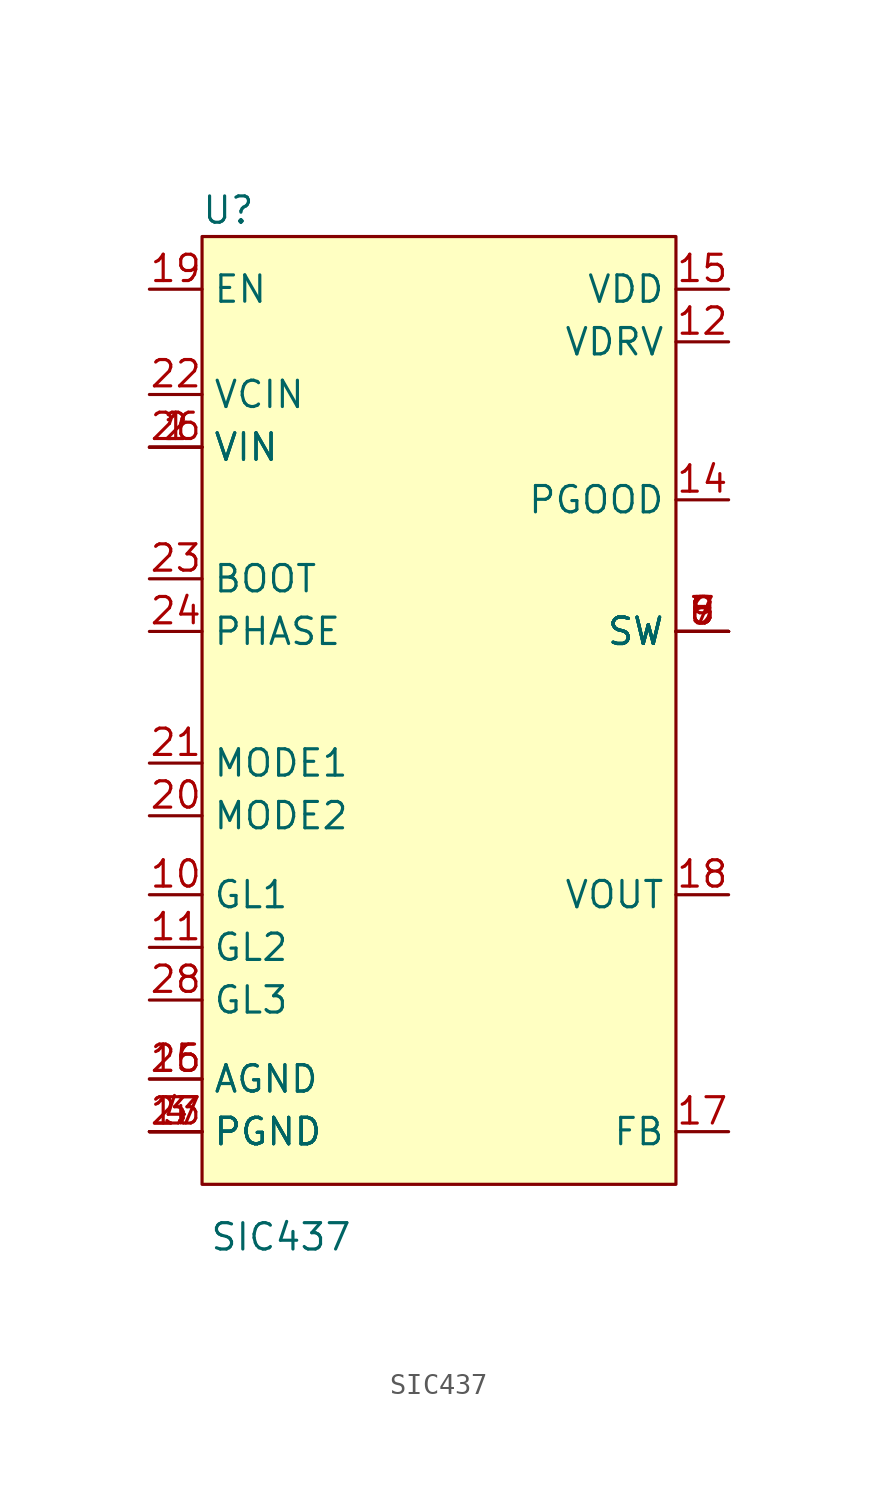
<source format=kicad_sym>
(kicad_symbol_lib
  (version 20211014)
  (generator kicad_symbol_editor)
  (symbol "SIC437"
    (property "Reference" "U"
      (at 1.27 1.27 0)
      (effects (font (size 1.27 1.27))))
    (property "Value" "SIC437"
      (at 3.81 -48.26 0)
      (effects (font (size 1.27 1.27))))
    (symbol "SIC437_0_1"
      (rectangle (start 0 0) (end 22.86 -45.72) (stroke (width 0) (type default) (color 0 0 0 0)) (fill (type background))))
    (symbol "SIC437_1_1"
      (pin input line (at -2.54 -10.16 0) (length 2.54) (name "VIN" (effects (font (size 1.27 1.27)))) (number "1" (effects (font (size 1.27 1.27)))))
      (pin input line (at -2.54 -31.75 0) (length 2.54) (name "GL1" (effects (font (size 1.27 1.27)))) (number "10" (effects (font (size 1.27 1.27)))))
      (pin input line (at -2.54 -34.29 0) (length 2.54) (name "GL2" (effects (font (size 1.27 1.27)))) (number "11" (effects (font (size 1.27 1.27)))))
      (pin input line (at 25.4 -5.08 180) (length 2.54) (name "VDRV" (effects (font (size 1.27 1.27)))) (number "12" (effects (font (size 1.27 1.27)))))
      (pin input line (at -2.54 -43.18 0) (length 2.54) (name "PGND" (effects (font (size 1.27 1.27)))) (number "13" (effects (font (size 1.27 1.27)))))
      (pin input line (at 25.4 -12.7 180) (length 2.54) (name "PGOOD" (effects (font (size 1.27 1.27)))) (number "14" (effects (font (size 1.27 1.27)))))
      (pin input line (at 25.4 -2.54 180) (length 2.54) (name "VDD" (effects (font (size 1.27 1.27)))) (number "15" (effects (font (size 1.27 1.27)))))
      (pin input line (at -2.54 -40.64 0) (length 2.54) (name "AGND" (effects (font (size 1.27 1.27)))) (number "16" (effects (font (size 1.27 1.27)))))
      (pin input line (at 25.4 -43.18 180) (length 2.54) (name "FB" (effects (font (size 1.27 1.27)))) (number "17" (effects (font (size 1.27 1.27)))))
      (pin input line (at 25.4 -31.75 180) (length 2.54) (name "VOUT" (effects (font (size 1.27 1.27)))) (number "18" (effects (font (size 1.27 1.27)))))
      (pin input line (at -2.54 -2.54 0) (length 2.54) (name "EN" (effects (font (size 1.27 1.27)))) (number "19" (effects (font (size 1.27 1.27)))))
      (pin input line (at -2.54 -10.16 0) (length 2.54) (name "VIN" (effects (font (size 1.27 1.27)))) (number "2" (effects (font (size 1.27 1.27)))))
      (pin input line (at -2.54 -27.94 0) (length 2.54) (name "MODE2" (effects (font (size 1.27 1.27)))) (number "20" (effects (font (size 1.27 1.27)))))
      (pin input line (at -2.54 -25.4 0) (length 2.54) (name "MODE1" (effects (font (size 1.27 1.27)))) (number "21" (effects (font (size 1.27 1.27)))))
      (pin input line (at -2.54 -7.62 0) (length 2.54) (name "VCIN" (effects (font (size 1.27 1.27)))) (number "22" (effects (font (size 1.27 1.27)))))
      (pin input line (at -2.54 -16.51 0) (length 2.54) (name "BOOT" (effects (font (size 1.27 1.27)))) (number "23" (effects (font (size 1.27 1.27)))))
      (pin input line (at -2.54 -19.05 0) (length 2.54) (name "PHASE" (effects (font (size 1.27 1.27)))) (number "24" (effects (font (size 1.27 1.27)))))
      (pin input line (at -2.54 -40.64 0) (length 2.54) (name "AGND" (effects (font (size 1.27 1.27)))) (number "25" (effects (font (size 1.27 1.27)))))
      (pin input line (at -2.54 -10.16 0) (length 2.54) (name "VIN" (effects (font (size 1.27 1.27)))) (number "26" (effects (font (size 1.27 1.27)))))
      (pin input line (at -2.54 -43.18 0) (length 2.54) (name "PGND" (effects (font (size 1.27 1.27)))) (number "27" (effects (font (size 1.27 1.27)))))
      (pin input line (at -2.54 -36.83 0) (length 2.54) (name "GL3" (effects (font (size 1.27 1.27)))) (number "28" (effects (font (size 1.27 1.27)))))
      (pin input line (at -2.54 -43.18 0) (length 2.54) (name "PGND" (effects (font (size 1.27 1.27)))) (number "3" (effects (font (size 1.27 1.27)))))
      (pin input line (at -2.54 -43.18 0) (length 2.54) (name "PGND" (effects (font (size 1.27 1.27)))) (number "4" (effects (font (size 1.27 1.27)))))
      (pin input line (at 25.4 -19.05 180) (length 2.54) (name "SW" (effects (font (size 1.27 1.27)))) (number "5" (effects (font (size 1.27 1.27)))))
      (pin input line (at 25.4 -19.05 180) (length 2.54) (name "SW" (effects (font (size 1.27 1.27)))) (number "6" (effects (font (size 1.27 1.27)))))
      (pin input line (at 25.4 -19.05 180) (length 2.54) (name "SW" (effects (font (size 1.27 1.27)))) (number "7" (effects (font (size 1.27 1.27)))))
      (pin input line (at 25.4 -19.05 180) (length 2.54) (name "SW" (effects (font (size 1.27 1.27)))) (number "8" (effects (font (size 1.27 1.27)))))
      (pin input line (at 25.4 -19.05 180) (length 2.54) (name "SW" (effects (font (size 1.27 1.27)))) (number "9" (effects (font (size 1.27 1.27))))))))
</source>
